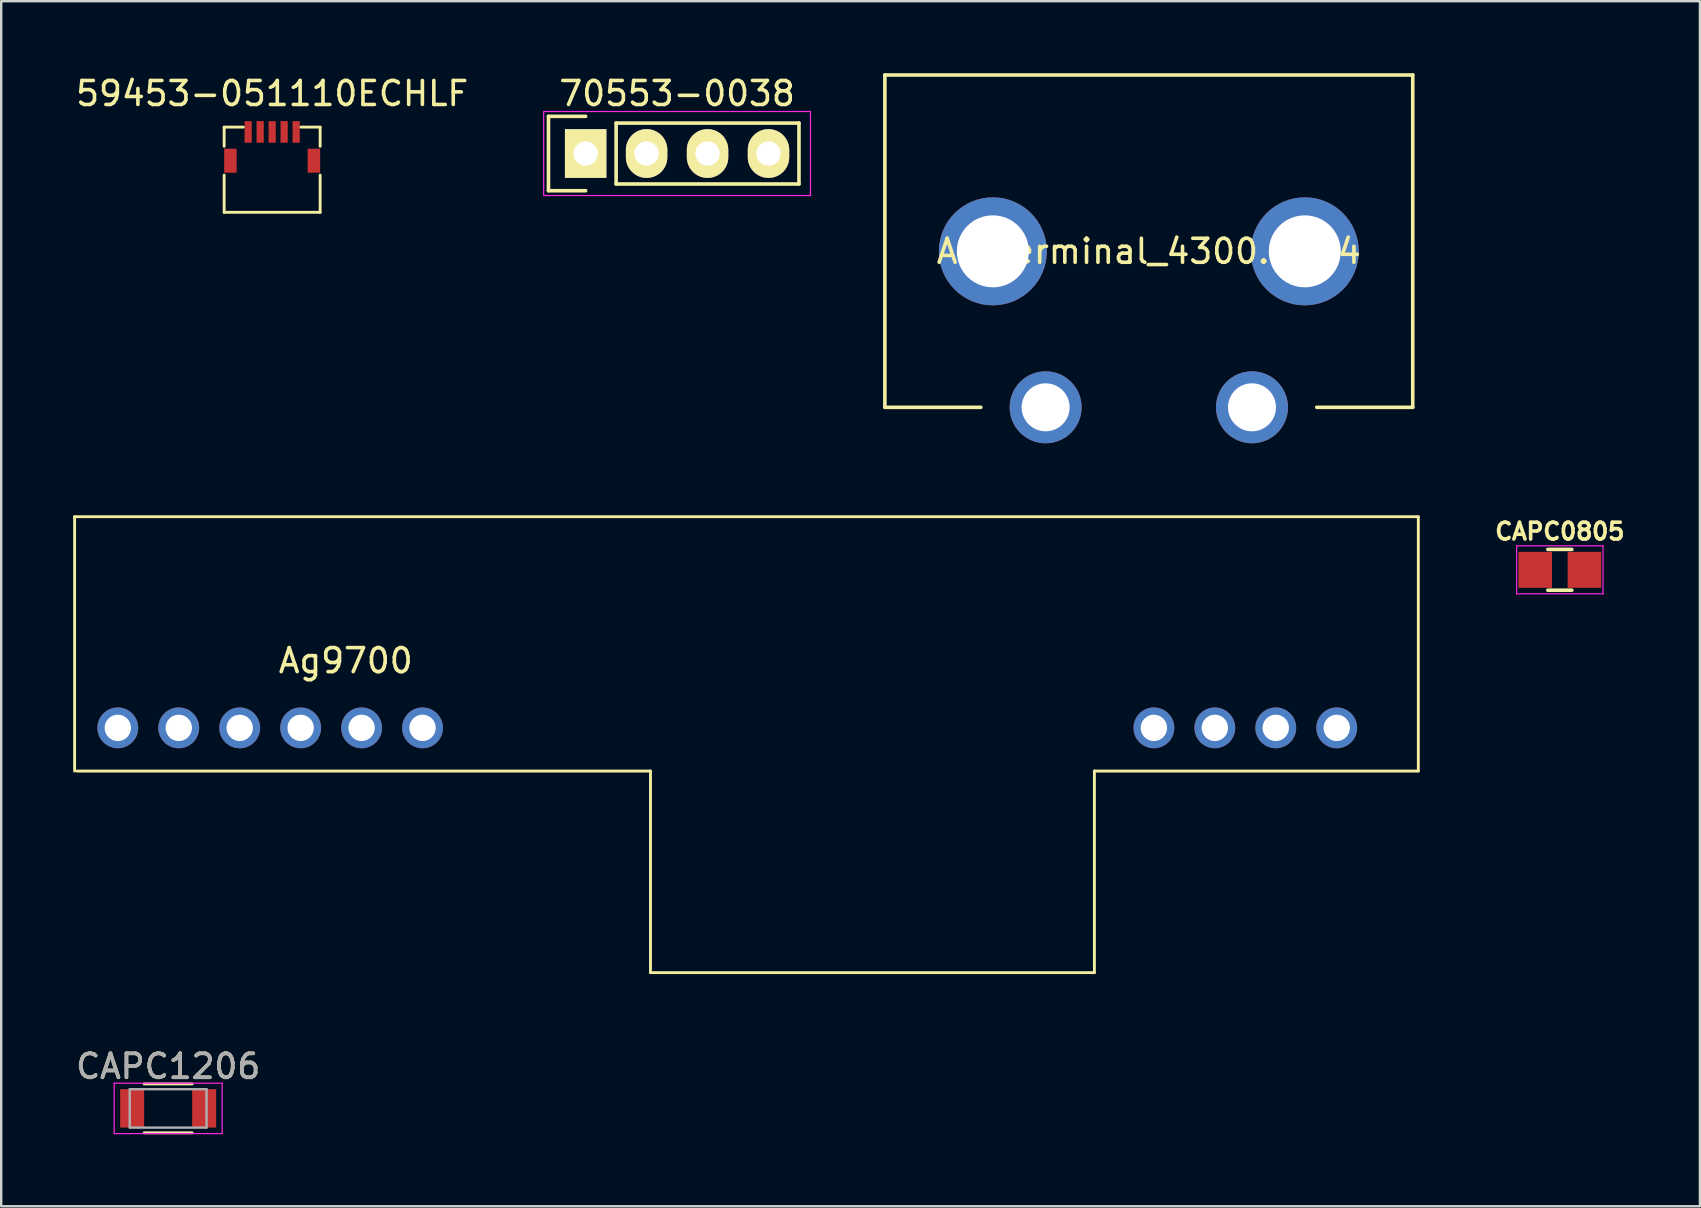
<source format=kicad_pcb>
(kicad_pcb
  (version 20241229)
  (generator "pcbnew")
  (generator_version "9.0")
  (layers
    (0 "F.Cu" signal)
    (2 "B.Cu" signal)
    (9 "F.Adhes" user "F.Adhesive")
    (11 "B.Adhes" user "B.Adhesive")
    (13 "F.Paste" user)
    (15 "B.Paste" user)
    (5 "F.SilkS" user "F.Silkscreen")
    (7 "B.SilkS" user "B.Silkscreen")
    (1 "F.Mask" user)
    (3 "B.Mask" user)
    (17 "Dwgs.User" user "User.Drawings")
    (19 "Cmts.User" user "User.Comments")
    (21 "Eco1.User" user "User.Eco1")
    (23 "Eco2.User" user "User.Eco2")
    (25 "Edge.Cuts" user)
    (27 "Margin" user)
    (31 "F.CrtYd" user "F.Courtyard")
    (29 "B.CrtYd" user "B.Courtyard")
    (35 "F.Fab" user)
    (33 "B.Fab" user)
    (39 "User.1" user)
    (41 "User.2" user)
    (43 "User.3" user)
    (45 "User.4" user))
  (footprint "CAPC0805"
    (layer "F.Cu")
    (at 61.958 20.698)
    (property "Reference" "CAPC0805" (at 0 -1.6 0) (layer "F.SilkS") (effects (font (size 0.7 0.7) (thickness 0.15))))
    (attr smd)
    (fp_line (start -0.5 0.85) (end 0.5 0.85) (stroke (width 0.15) (type solid)) (layer "F.SilkS"))
    (fp_line (start 0.5 -0.85) (end -0.5 -0.85) (stroke (width 0.15) (type solid)) (layer "F.SilkS"))
    (fp_line (start -1.8 -1) (end -1.8 1) (stroke (width 0.05) (type solid)) (layer "F.CrtYd"))
    (fp_line (start -1.8 -1) (end 1.8 -1) (stroke (width 0.05) (type solid)) (layer "F.CrtYd"))
    (fp_line (start -1.8 1) (end 1.8 1) (stroke (width 0.05) (type solid)) (layer "F.CrtYd"))
    (fp_line (start 1.8 -1) (end 1.8 1) (stroke (width 0.05) (type solid)) (layer "F.CrtYd"))
    (pad "1" smd rect (at -1.025 0) (size 1.4 1.5) (layers "F.Cu" "F.Mask" "F.Paste"))
    (pad "2" smd rect (at 1.025 0) (size 1.4 1.5) (layers "F.Cu" "F.Mask" "F.Paste")))
  (footprint "CAPC1206"
    (layer "F.Cu")
    (at 3.958 43.143)
    (property "Reference" "CAPC1206" (at 0 -1.75 0) (layer "F.SilkS") (effects (font (size 1 1) (thickness 0.15))))
    (attr smd)
    (fp_line (start -1 1.02) (end 1 1.02) (stroke (width 0.12) (type solid)) (layer "F.SilkS"))
    (fp_line (start 1 -1.02) (end -1 -1.02) (stroke (width 0.12) (type solid)) (layer "F.SilkS"))
    (fp_line (start -2.25 -1.05) (end -2.25 1.05) (stroke (width 0.05) (type solid)) (layer "F.CrtYd"))
    (fp_line (start -2.25 -1.05) (end 2.25 -1.05) (stroke (width 0.05) (type solid)) (layer "F.CrtYd"))
    (fp_line (start 2.25 1.05) (end -2.25 1.05) (stroke (width 0.05) (type solid)) (layer "F.CrtYd"))
    (fp_line (start 2.25 1.05) (end 2.25 -1.05) (stroke (width 0.05) (type solid)) (layer "F.CrtYd"))
    (fp_line (start -1.6 -0.8) (end 1.6 -0.8) (stroke (width 0.1) (type solid)) (layer "F.Fab"))
    (fp_line (start -1.6 0.8) (end -1.6 -0.8) (stroke (width 0.1) (type solid)) (layer "F.Fab"))
    (fp_line (start 1.6 -0.8) (end 1.6 0.8) (stroke (width 0.1) (type solid)) (layer "F.Fab"))
    (fp_line (start 1.6 0.8) (end -1.6 0.8) (stroke (width 0.1) (type solid)) (layer "F.Fab"))
    (fp_text user "${REFERENCE}" (at 0 -1.75 0) (layer "F.Fab") (effects (font (size 1 1) (thickness 0.15))))
    (pad "1" smd rect (at -1.5 0) (size 1 1.6) (layers "F.Cu" "F.Mask" "F.Paste"))
    (pad "2" smd rect (at 1.5 0) (size 1 1.6) (layers "F.Cu" "F.Mask" "F.Paste")))
  (footprint "Ag9700"
    (layer "F.Cu")
    (at 1.86 27.285)
    (property "Reference" "Ag9700" (at 9.5 -2.8 0) (layer "F.SilkS") (effects (font (size 1 1) (thickness 0.15))))
    (attr through_hole)
    (fp_line (start -1.8 -8.8) (end -1.8 1.8) (stroke (width 0.12) (type solid)) (layer "F.SilkS"))
    (fp_line (start -1.8 -8.8) (end 54.2 -8.8) (stroke (width 0.12) (type solid)) (layer "F.SilkS"))
    (fp_line (start -1.7 1.8) (end 22.2 1.8) (stroke (width 0.12) (type solid)) (layer "F.SilkS"))
    (fp_line (start 22.2 1.8) (end 22.2 10.2) (stroke (width 0.12) (type solid)) (layer "F.SilkS"))
    (fp_line (start 22.2 10.2) (end 40.7 10.2) (stroke (width 0.12) (type solid)) (layer "F.SilkS"))
    (fp_line (start 40.7 1.8) (end 54.2 1.8) (stroke (width 0.12) (type solid)) (layer "F.SilkS"))
    (fp_line (start 40.7 10.2) (end 40.7 1.8) (stroke (width 0.12) (type solid)) (layer "F.SilkS"))
    (fp_line (start 54.2 1.8) (end 54.2 -8.8) (stroke (width 0.12) (type solid)) (layer "F.SilkS"))
    (pad "1" thru_hole circle (at 0 0) (size 1.7 1.7) (drill 1.1) (layers "*.Cu" "*.Mask"))
    (pad "2" thru_hole circle (at 2.54 0) (size 1.7 1.7) (drill 1.1) (layers "*.Cu" "*.Mask"))
    (pad "3" thru_hole circle (at 5.08 0) (size 1.7 1.7) (drill 1.1) (layers "*.Cu" "*.Mask"))
    (pad "4" thru_hole circle (at 7.62 0) (size 1.7 1.7) (drill 1.1) (layers "*.Cu" "*.Mask"))
    (pad "5" thru_hole circle (at 10.16 0) (size 1.7 1.7) (drill 1.1) (layers "*.Cu" "*.Mask"))
    (pad "6" thru_hole circle (at 12.7 0) (size 1.7 1.7) (drill 1.1) (layers "*.Cu" "*.Mask"))
    (pad "7" thru_hole circle (at 43.18 0) (size 1.7 1.7) (drill 1.1) (layers "*.Cu" "*.Mask"))
    (pad "8" thru_hole circle (at 45.72 0) (size 1.7 1.7) (drill 1.1) (layers "*.Cu" "*.Mask"))
    (pad "9" thru_hole circle (at 48.26 0) (size 1.7 1.7) (drill 1.1) (layers "*.Cu" "*.Mask"))
    (pad "10" thru_hole circle (at 50.8 0) (size 1.7 1.7) (drill 1.1) (layers "*.Cu" "*.Mask")))
  (footprint "70553-0038"
    (layer "F.Cu")
    (at 25.168 3.348)
    (property "Reference" "70553-0038" (at 0 -2.5 0) (layer "F.SilkS") (effects (font (size 1 1) (thickness 0.15))))
    (attr through_hole)
    (fp_line (start -5.36 -1.55) (end -5.36 1.55) (stroke (width 0.15) (type solid)) (layer "F.SilkS"))
    (fp_line (start -5.36 1.55) (end -3.81 1.55) (stroke (width 0.15) (type solid)) (layer "F.SilkS"))
    (fp_line (start -3.81 -1.55) (end -5.36 -1.55) (stroke (width 0.15) (type solid)) (layer "F.SilkS"))
    (fp_line (start -2.54 -1.27) (end 5.08 -1.27) (stroke (width 0.15) (type solid)) (layer "F.SilkS"))
    (fp_line (start -2.54 1.27) (end -2.54 -1.27) (stroke (width 0.15) (type solid)) (layer "F.SilkS"))
    (fp_line (start -2.54 1.27) (end 5.08 1.27) (stroke (width 0.15) (type solid)) (layer "F.SilkS"))
    (fp_line (start 5.08 -1.27) (end 5.08 1.27) (stroke (width 0.15) (type solid)) (layer "F.SilkS"))
    (fp_line (start -5.56 -1.75) (end -5.56 1.75) (stroke (width 0.05) (type solid)) (layer "F.CrtYd"))
    (fp_line (start -5.56 -1.75) (end 5.56 -1.75) (stroke (width 0.05) (type solid)) (layer "F.CrtYd"))
    (fp_line (start -5.56 1.75) (end 5.56 1.75) (stroke (width 0.05) (type solid)) (layer "F.CrtYd"))
    (fp_line (start 5.56 -1.75) (end 5.56 1.75) (stroke (width 0.05) (type solid)) (layer "F.CrtYd"))
    (pad "1" thru_hole rect (at -3.81 0) (size 1.727 2.032) (drill 1.016) (layers "*.Cu" "*.Mask" "F.SilkS"))
    (pad "2" thru_hole oval (at -1.27 0) (size 1.727 2.032) (drill 1.016) (layers "*.Cu" "*.Mask" "F.SilkS"))
    (pad "3" thru_hole oval (at 1.27 0) (size 1.727 2.032) (drill 1.016) (layers "*.Cu" "*.Mask" "F.SilkS"))
    (pad "4" thru_hole oval (at 3.81 0) (size 1.727 2.032) (drill 1.016) (layers "*.Cu" "*.Mask" "F.SilkS")))
  (footprint "AC_terminal_4300.0104"
    (layer "F.Cu")
    (at 44.828 7.425)
    (property "Reference" "AC_terminal_4300.0104" (at 0 0 0) (layer "F.SilkS") (effects (font (size 1 1) (thickness 0.15))))
    (attr through_hole)
    (fp_line (start -11 -7.35) (end -11 6.5) (stroke (width 0.15) (type solid)) (layer "F.SilkS"))
    (fp_line (start -11 -7.35) (end 11 -7.35) (stroke (width 0.15) (type solid)) (layer "F.SilkS"))
    (fp_line (start -11 6.5) (end -7 6.5) (stroke (width 0.15) (type solid)) (layer "F.SilkS"))
    (fp_line (start 11 -7.35) (end 11 6.5) (stroke (width 0.15) (type solid)) (layer "F.SilkS"))
    (fp_line (start 11 6.5) (end 7 6.5) (stroke (width 0.15) (type solid)) (layer "F.SilkS"))
    (pad "" np_thru_hole circle (at -6.5 0) (size 4.5 4.5) (drill 3) (layers "*.Cu" "*.Mask"))
    (pad "" np_thru_hole circle (at 6.5 0) (size 4.5 4.5) (drill 3) (layers "*.Cu" "*.Mask"))
    (pad "1" thru_hole circle (at -4.3 6.5) (size 3 3) (drill 2) (layers "*.Cu" "*.Mask"))
    (pad "2" thru_hole circle (at 4.3 6.5) (size 3 3) (drill 2) (layers "*.Cu" "*.Mask")))
  (footprint "59453-051110ECHLF"
    (layer "F.Cu")
    (at 8.292 2.448)
    (property "Reference" "59453-051110ECHLF" (at 0 -1.6 0) (layer "F.SilkS") (effects (font (size 1 1) (thickness 0.15))))
    (attr through_hole)
    (fp_line (start -2 -0.2) (end -1.2 -0.2) (stroke (width 0.12) (type solid)) (layer "F.SilkS"))
    (fp_line (start -2 0.6) (end -2 -0.2) (stroke (width 0.12) (type solid)) (layer "F.SilkS"))
    (fp_line (start -2 3.35) (end -2 1.8) (stroke (width 0.12) (type solid)) (layer "F.SilkS"))
    (fp_line (start -2 3.35) (end 2 3.35) (stroke (width 0.12) (type solid)) (layer "F.SilkS"))
    (fp_line (start 2 -0.2) (end 1.2 -0.2) (stroke (width 0.12) (type solid)) (layer "F.SilkS"))
    (fp_line (start 2 0.6) (end 2 -0.2) (stroke (width 0.12) (type solid)) (layer "F.SilkS"))
    (fp_line (start 2 3.35) (end 2 1.8) (stroke (width 0.12) (type solid)) (layer "F.SilkS"))
    (pad "1" smd rect (at -1 0) (size 0.3 0.9) (layers "F.Cu" "F.Mask" "F.Paste"))
    (pad "2" smd rect (at -0.5 0) (size 0.3 0.9) (layers "F.Cu" "F.Mask" "F.Paste"))
    (pad "3" smd rect (at 0 0) (size 0.3 0.9) (layers "F.Cu" "F.Mask" "F.Paste"))
    (pad "4" smd rect (at 0.5 0) (size 0.3 0.9) (layers "F.Cu" "F.Mask" "F.Paste"))
    (pad "5" smd rect (at 1 0) (size 0.3 0.9) (layers "F.Cu" "F.Mask" "F.Paste"))
    (pad "6" smd rect (at -1.74 1.2) (size 0.52 1) (layers "F.Cu" "F.Mask" "F.Paste"))
    (pad "6" smd rect (at 1.74 1.2) (size 0.52 1) (layers "F.Cu" "F.Mask" "F.Paste")))
  (gr_rect
    (start -3 -3)
    (end 67.797 47.223)
    (stroke (width 0.1) (type default))
    (fill no)
    (layer "Edge.Cuts")))
</source>
